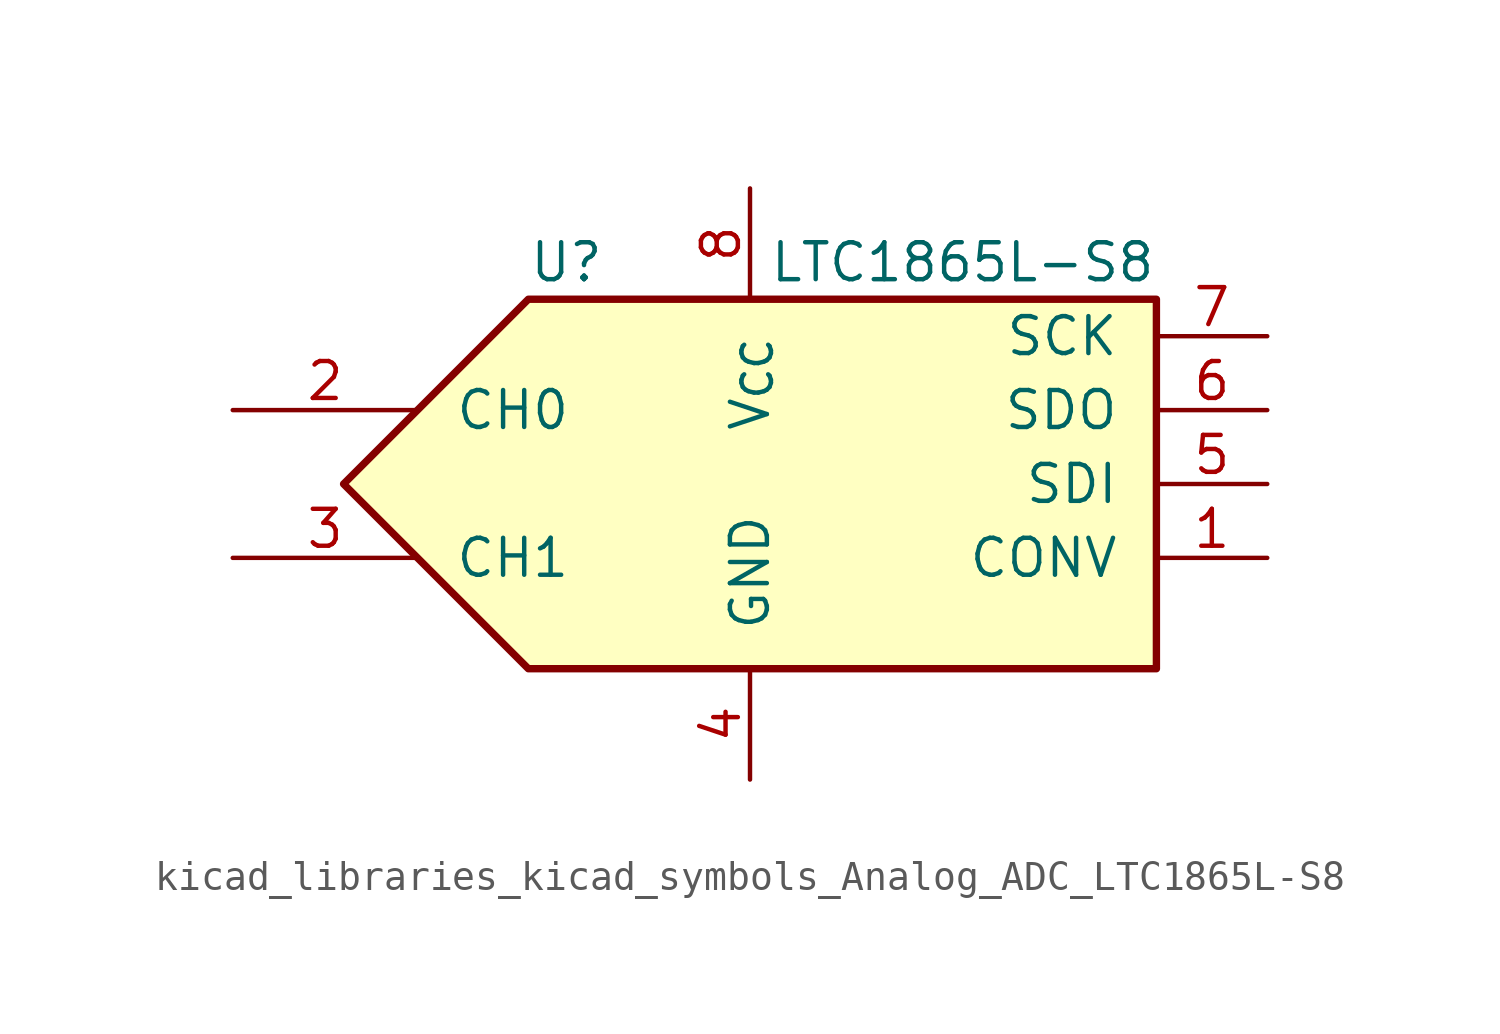
<source format=kicad_sym>
(kicad_symbol_lib
  (version 20220914)
  (generator kicad_symbol_editor)
  (symbol "kicad_libraries_kicad_symbols_Analog_ADC_LTC1865L-S8"
    (pin_names
      (offset 1.27))
    (property "Reference" "U"
      (at -10.16 7.62 0)
      (effects (font (size 1.27 1.27)) (justify left)))
    (property "Value" "LTC1865L-S8"
      (at 11.43 7.62 0)
      (effects (font (size 1.27 1.27)) (justify right)))
    (symbol "kicad_libraries_kicad_symbols_Analog_ADC_LTC1865L-S8_0_1"
      (polyline (pts (xy 11.43 6.35) (xy -10.16 6.35) (xy -16.51 0) (xy -10.16 -6.35) (xy 11.43 -6.35) (xy 11.43 6.35)) (stroke (width 0.254) (type default)) (fill (type background))))
    (symbol "kicad_libraries_kicad_symbols_Analog_ADC_LTC1865L-S8_1_1"
      (pin input line (at 15.24 -2.54 180) (length 3.81) (name "CONV" (effects (font (size 1.27 1.27)))) (number "1" (effects (font (size 1.27 1.27)))))
      (pin input line (at -20.32 2.54 0) (length 6.35) (name "CH0" (effects (font (size 1.27 1.27)))) (number "2" (effects (font (size 1.27 1.27)))))
      (pin input line (at -20.32 -2.54 0) (length 6.35) (name "CH1" (effects (font (size 1.27 1.27)))) (number "3" (effects (font (size 1.27 1.27)))))
      (pin power_in line (at -2.54 -10.16 90) (length 3.81) (name "GND" (effects (font (size 1.27 1.27)))) (number "4" (effects (font (size 1.27 1.27)))))
      (pin input line (at 15.24 0 180) (length 3.81) (name "SDI" (effects (font (size 1.27 1.27)))) (number "5" (effects (font (size 1.27 1.27)))))
      (pin output line (at 15.24 2.54 180) (length 3.81) (name "SDO" (effects (font (size 1.27 1.27)))) (number "6" (effects (font (size 1.27 1.27)))))
      (pin input line (at 15.24 5.08 180) (length 3.81) (name "SCK" (effects (font (size 1.27 1.27)))) (number "7" (effects (font (size 1.27 1.27)))))
      (pin power_in line (at -2.54 10.16 270) (length 3.81) (name "V_{CC}" (effects (font (size 1.27 1.27)))) (number "8" (effects (font (size 1.27 1.27))))))))
</source>
